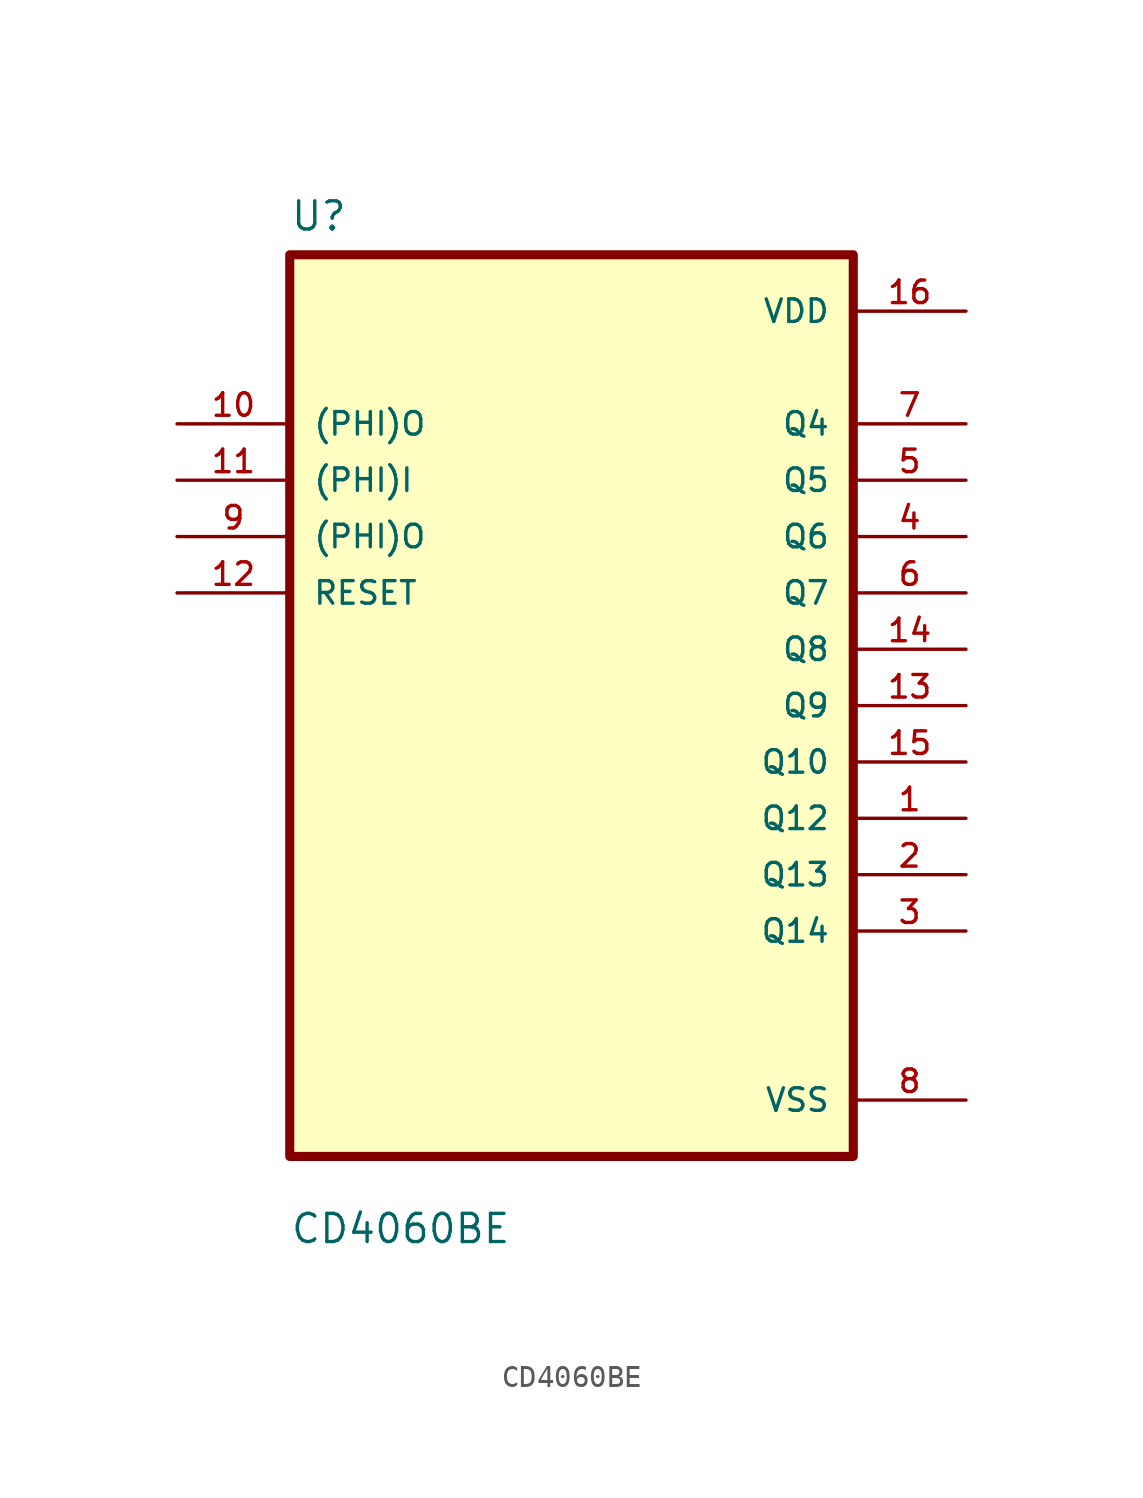
<source format=kicad_sym>
(kicad_symbol_lib
  (version 20211014)
  (generator kicad_symbol_editor)
  (symbol "CD4060BE"
    (pin_names
      (offset 1.016))
    (property "Reference" "U"
      (at -12.7 21.32 0.0)
      (effects (font (size 1.27 1.27)) (justify bottom left)))
    (property "Value" "CD4060BE"
      (at -12.7 -24.32 0.0)
      (effects (font (size 1.27 1.27)) (justify bottom left)))
    (symbol "CD4060BE_0_0"
      (rectangle (start -12.7 -20.32) (end 12.7 20.32) (stroke (width 0.41)) (fill (type background)))
      (pin input line (at -17.78 12.7 0) (length 5.08) (name "(PHI)O" (effects (font (size 1.016 1.016)))) (number "10" (effects (font (size 1.016 1.016)))))
      (pin input line (at -17.78 10.16 0) (length 5.08) (name "(PHI)I" (effects (font (size 1.016 1.016)))) (number "11" (effects (font (size 1.016 1.016)))))
      (pin input line (at -17.78 7.62 0) (length 5.08) (name "(PHI)O" (effects (font (size 1.016 1.016)))) (number "9" (effects (font (size 1.016 1.016)))))
      (pin input line (at -17.78 5.08 0) (length 5.08) (name "RESET" (effects (font (size 1.016 1.016)))) (number "12" (effects (font (size 1.016 1.016)))))
      (pin power_in line (at 17.78 17.78 180.0) (length 5.08) (name "VDD" (effects (font (size 1.016 1.016)))) (number "16" (effects (font (size 1.016 1.016)))))
      (pin output line (at 17.78 12.7 180.0) (length 5.08) (name "Q4" (effects (font (size 1.016 1.016)))) (number "7" (effects (font (size 1.016 1.016)))))
      (pin output line (at 17.78 10.16 180.0) (length 5.08) (name "Q5" (effects (font (size 1.016 1.016)))) (number "5" (effects (font (size 1.016 1.016)))))
      (pin output line (at 17.78 7.62 180.0) (length 5.08) (name "Q6" (effects (font (size 1.016 1.016)))) (number "4" (effects (font (size 1.016 1.016)))))
      (pin output line (at 17.78 5.08 180.0) (length 5.08) (name "Q7" (effects (font (size 1.016 1.016)))) (number "6" (effects (font (size 1.016 1.016)))))
      (pin output line (at 17.78 2.54 180.0) (length 5.08) (name "Q8" (effects (font (size 1.016 1.016)))) (number "14" (effects (font (size 1.016 1.016)))))
      (pin output line (at 17.78 0.0 180.0) (length 5.08) (name "Q9" (effects (font (size 1.016 1.016)))) (number "13" (effects (font (size 1.016 1.016)))))
      (pin output line (at 17.78 -2.54 180.0) (length 5.08) (name "Q10" (effects (font (size 1.016 1.016)))) (number "15" (effects (font (size 1.016 1.016)))))
      (pin output line (at 17.78 -5.08 180.0) (length 5.08) (name "Q12" (effects (font (size 1.016 1.016)))) (number "1" (effects (font (size 1.016 1.016)))))
      (pin output line (at 17.78 -7.62 180.0) (length 5.08) (name "Q13" (effects (font (size 1.016 1.016)))) (number "2" (effects (font (size 1.016 1.016)))))
      (pin output line (at 17.78 -10.16 180.0) (length 5.08) (name "Q14" (effects (font (size 1.016 1.016)))) (number "3" (effects (font (size 1.016 1.016)))))
      (pin power_in line (at 17.78 -17.78 180.0) (length 5.08) (name "VSS" (effects (font (size 1.016 1.016)))) (number "8" (effects (font (size 1.016 1.016))))))))
</source>
